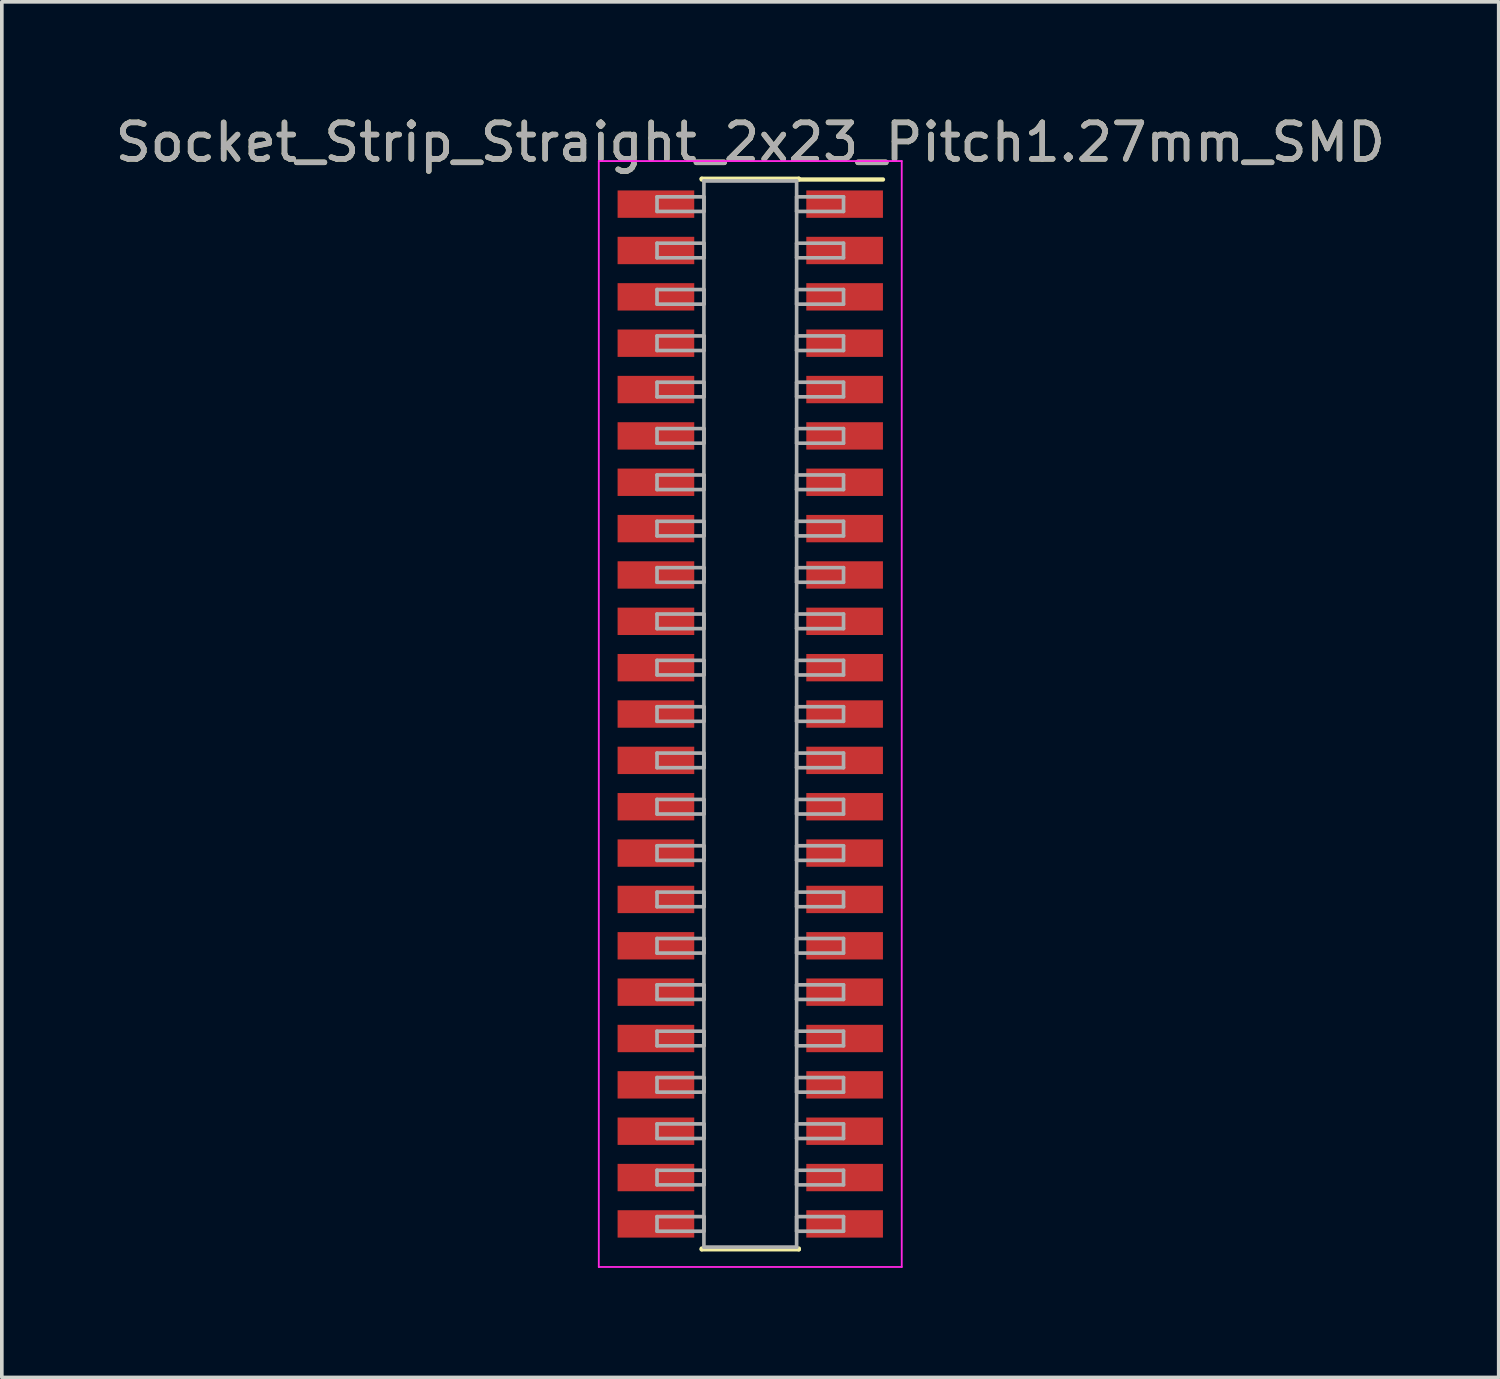
<source format=kicad_pcb>
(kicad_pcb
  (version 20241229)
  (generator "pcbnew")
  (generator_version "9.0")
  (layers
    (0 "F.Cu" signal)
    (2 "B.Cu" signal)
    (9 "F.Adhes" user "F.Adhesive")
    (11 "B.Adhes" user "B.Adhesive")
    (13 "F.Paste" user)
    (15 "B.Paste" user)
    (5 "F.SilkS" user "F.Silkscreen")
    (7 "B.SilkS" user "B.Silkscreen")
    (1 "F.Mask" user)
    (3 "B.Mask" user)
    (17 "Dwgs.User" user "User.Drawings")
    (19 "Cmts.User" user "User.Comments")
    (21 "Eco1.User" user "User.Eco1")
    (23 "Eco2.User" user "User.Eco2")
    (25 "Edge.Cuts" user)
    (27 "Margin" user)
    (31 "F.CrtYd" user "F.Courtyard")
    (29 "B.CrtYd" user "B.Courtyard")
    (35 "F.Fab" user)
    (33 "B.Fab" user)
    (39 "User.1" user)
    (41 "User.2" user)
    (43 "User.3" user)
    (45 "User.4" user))
  (footprint "Socket_Strip_Straight_2x23_Pitch1.27mm_SMD"
    (layer "F.Cu")
    (at 17.506 16.513)
    (property "Reference" "Socket_Strip_Straight_2x23_Pitch1.27mm_SMD" (at 0 -15.665 0) (layer "F.SilkS") (effects (font (size 1 1) (thickness 0.15))))
    (attr smd)
    (fp_line (start -1.33 -14.665) (end 1.33 -14.665) (stroke (width 0.12) (type solid)) (layer "F.SilkS"))
    (fp_line (start -1.33 -14.645) (end -1.33 -14.665) (stroke (width 0.12) (type solid)) (layer "F.SilkS"))
    (fp_line (start -1.33 14.645) (end -1.33 14.665) (stroke (width 0.12) (type solid)) (layer "F.SilkS"))
    (fp_line (start -1.33 14.665) (end 1.33 14.665) (stroke (width 0.12) (type solid)) (layer "F.SilkS"))
    (fp_line (start 1.33 -14.665) (end 1.33 -14.645) (stroke (width 0.12) (type solid)) (layer "F.SilkS"))
    (fp_line (start 1.33 14.665) (end 1.33 14.645) (stroke (width 0.12) (type solid)) (layer "F.SilkS"))
    (fp_line (start 3.635 -14.645) (end 1.33 -14.645) (stroke (width 0.12) (type solid)) (layer "F.SilkS"))
    (fp_line (start -4.15 -15.15) (end -4.15 15.15) (stroke (width 0.05) (type solid)) (layer "F.CrtYd"))
    (fp_line (start -4.15 15.15) (end 4.15 15.15) (stroke (width 0.05) (type solid)) (layer "F.CrtYd"))
    (fp_line (start 4.15 -15.15) (end -4.15 -15.15) (stroke (width 0.05) (type solid)) (layer "F.CrtYd"))
    (fp_line (start 4.15 15.15) (end 4.15 -15.15) (stroke (width 0.05) (type solid)) (layer "F.CrtYd"))
    (fp_line (start -2.555 -14.17) (end -1.27 -14.17) (stroke (width 0.1) (type solid)) (layer "F.Fab"))
    (fp_line (start -2.555 -13.77) (end -2.555 -14.17) (stroke (width 0.1) (type solid)) (layer "F.Fab"))
    (fp_line (start -2.555 -12.9) (end -1.27 -12.9) (stroke (width 0.1) (type solid)) (layer "F.Fab"))
    (fp_line (start -2.555 -12.5) (end -2.555 -12.9) (stroke (width 0.1) (type solid)) (layer "F.Fab"))
    (fp_line (start -2.555 -11.63) (end -1.27 -11.63) (stroke (width 0.1) (type solid)) (layer "F.Fab"))
    (fp_line (start -2.555 -11.23) (end -2.555 -11.63) (stroke (width 0.1) (type solid)) (layer "F.Fab"))
    (fp_line (start -2.555 -10.36) (end -1.27 -10.36) (stroke (width 0.1) (type solid)) (layer "F.Fab"))
    (fp_line (start -2.555 -9.96) (end -2.555 -10.36) (stroke (width 0.1) (type solid)) (layer "F.Fab"))
    (fp_line (start -2.555 -9.09) (end -1.27 -9.09) (stroke (width 0.1) (type solid)) (layer "F.Fab"))
    (fp_line (start -2.555 -8.69) (end -2.555 -9.09) (stroke (width 0.1) (type solid)) (layer "F.Fab"))
    (fp_line (start -2.555 -7.82) (end -1.27 -7.82) (stroke (width 0.1) (type solid)) (layer "F.Fab"))
    (fp_line (start -2.555 -7.42) (end -2.555 -7.82) (stroke (width 0.1) (type solid)) (layer "F.Fab"))
    (fp_line (start -2.555 -6.55) (end -1.27 -6.55) (stroke (width 0.1) (type solid)) (layer "F.Fab"))
    (fp_line (start -2.555 -6.15) (end -2.555 -6.55) (stroke (width 0.1) (type solid)) (layer "F.Fab"))
    (fp_line (start -2.555 -5.28) (end -1.27 -5.28) (stroke (width 0.1) (type solid)) (layer "F.Fab"))
    (fp_line (start -2.555 -4.88) (end -2.555 -5.28) (stroke (width 0.1) (type solid)) (layer "F.Fab"))
    (fp_line (start -2.555 -4.01) (end -1.27 -4.01) (stroke (width 0.1) (type solid)) (layer "F.Fab"))
    (fp_line (start -2.555 -3.61) (end -2.555 -4.01) (stroke (width 0.1) (type solid)) (layer "F.Fab"))
    (fp_line (start -2.555 -2.74) (end -1.27 -2.74) (stroke (width 0.1) (type solid)) (layer "F.Fab"))
    (fp_line (start -2.555 -2.34) (end -2.555 -2.74) (stroke (width 0.1) (type solid)) (layer "F.Fab"))
    (fp_line (start -2.555 -1.47) (end -1.27 -1.47) (stroke (width 0.1) (type solid)) (layer "F.Fab"))
    (fp_line (start -2.555 -1.07) (end -2.555 -1.47) (stroke (width 0.1) (type solid)) (layer "F.Fab"))
    (fp_line (start -2.555 -0.2) (end -1.27 -0.2) (stroke (width 0.1) (type solid)) (layer "F.Fab"))
    (fp_line (start -2.555 0.2) (end -2.555 -0.2) (stroke (width 0.1) (type solid)) (layer "F.Fab"))
    (fp_line (start -2.555 1.07) (end -1.27 1.07) (stroke (width 0.1) (type solid)) (layer "F.Fab"))
    (fp_line (start -2.555 1.47) (end -2.555 1.07) (stroke (width 0.1) (type solid)) (layer "F.Fab"))
    (fp_line (start -2.555 2.34) (end -1.27 2.34) (stroke (width 0.1) (type solid)) (layer "F.Fab"))
    (fp_line (start -2.555 2.74) (end -2.555 2.34) (stroke (width 0.1) (type solid)) (layer "F.Fab"))
    (fp_line (start -2.555 3.61) (end -1.27 3.61) (stroke (width 0.1) (type solid)) (layer "F.Fab"))
    (fp_line (start -2.555 4.01) (end -2.555 3.61) (stroke (width 0.1) (type solid)) (layer "F.Fab"))
    (fp_line (start -2.555 4.88) (end -1.27 4.88) (stroke (width 0.1) (type solid)) (layer "F.Fab"))
    (fp_line (start -2.555 5.28) (end -2.555 4.88) (stroke (width 0.1) (type solid)) (layer "F.Fab"))
    (fp_line (start -2.555 6.15) (end -1.27 6.15) (stroke (width 0.1) (type solid)) (layer "F.Fab"))
    (fp_line (start -2.555 6.55) (end -2.555 6.15) (stroke (width 0.1) (type solid)) (layer "F.Fab"))
    (fp_line (start -2.555 7.42) (end -1.27 7.42) (stroke (width 0.1) (type solid)) (layer "F.Fab"))
    (fp_line (start -2.555 7.82) (end -2.555 7.42) (stroke (width 0.1) (type solid)) (layer "F.Fab"))
    (fp_line (start -2.555 8.69) (end -1.27 8.69) (stroke (width 0.1) (type solid)) (layer "F.Fab"))
    (fp_line (start -2.555 9.09) (end -2.555 8.69) (stroke (width 0.1) (type solid)) (layer "F.Fab"))
    (fp_line (start -2.555 9.96) (end -1.27 9.96) (stroke (width 0.1) (type solid)) (layer "F.Fab"))
    (fp_line (start -2.555 10.36) (end -2.555 9.96) (stroke (width 0.1) (type solid)) (layer "F.Fab"))
    (fp_line (start -2.555 11.23) (end -1.27 11.23) (stroke (width 0.1) (type solid)) (layer "F.Fab"))
    (fp_line (start -2.555 11.63) (end -2.555 11.23) (stroke (width 0.1) (type solid)) (layer "F.Fab"))
    (fp_line (start -2.555 12.5) (end -1.27 12.5) (stroke (width 0.1) (type solid)) (layer "F.Fab"))
    (fp_line (start -2.555 12.9) (end -2.555 12.5) (stroke (width 0.1) (type solid)) (layer "F.Fab"))
    (fp_line (start -2.555 13.77) (end -1.27 13.77) (stroke (width 0.1) (type solid)) (layer "F.Fab"))
    (fp_line (start -2.555 14.17) (end -2.555 13.77) (stroke (width 0.1) (type solid)) (layer "F.Fab"))
    (fp_line (start -1.27 -14.605) (end -1.27 14.605) (stroke (width 0.1) (type solid)) (layer "F.Fab"))
    (fp_line (start -1.27 -14.17) (end -1.27 -13.77) (stroke (width 0.1) (type solid)) (layer "F.Fab"))
    (fp_line (start -1.27 -13.77) (end -2.555 -13.77) (stroke (width 0.1) (type solid)) (layer "F.Fab"))
    (fp_line (start -1.27 -12.9) (end -1.27 -12.5) (stroke (width 0.1) (type solid)) (layer "F.Fab"))
    (fp_line (start -1.27 -12.5) (end -2.555 -12.5) (stroke (width 0.1) (type solid)) (layer "F.Fab"))
    (fp_line (start -1.27 -11.63) (end -1.27 -11.23) (stroke (width 0.1) (type solid)) (layer "F.Fab"))
    (fp_line (start -1.27 -11.23) (end -2.555 -11.23) (stroke (width 0.1) (type solid)) (layer "F.Fab"))
    (fp_line (start -1.27 -10.36) (end -1.27 -9.96) (stroke (width 0.1) (type solid)) (layer "F.Fab"))
    (fp_line (start -1.27 -9.96) (end -2.555 -9.96) (stroke (width 0.1) (type solid)) (layer "F.Fab"))
    (fp_line (start -1.27 -9.09) (end -1.27 -8.69) (stroke (width 0.1) (type solid)) (layer "F.Fab"))
    (fp_line (start -1.27 -8.69) (end -2.555 -8.69) (stroke (width 0.1) (type solid)) (layer "F.Fab"))
    (fp_line (start -1.27 -7.82) (end -1.27 -7.42) (stroke (width 0.1) (type solid)) (layer "F.Fab"))
    (fp_line (start -1.27 -7.42) (end -2.555 -7.42) (stroke (width 0.1) (type solid)) (layer "F.Fab"))
    (fp_line (start -1.27 -6.55) (end -1.27 -6.15) (stroke (width 0.1) (type solid)) (layer "F.Fab"))
    (fp_line (start -1.27 -6.15) (end -2.555 -6.15) (stroke (width 0.1) (type solid)) (layer "F.Fab"))
    (fp_line (start -1.27 -5.28) (end -1.27 -4.88) (stroke (width 0.1) (type solid)) (layer "F.Fab"))
    (fp_line (start -1.27 -4.88) (end -2.555 -4.88) (stroke (width 0.1) (type solid)) (layer "F.Fab"))
    (fp_line (start -1.27 -4.01) (end -1.27 -3.61) (stroke (width 0.1) (type solid)) (layer "F.Fab"))
    (fp_line (start -1.27 -3.61) (end -2.555 -3.61) (stroke (width 0.1) (type solid)) (layer "F.Fab"))
    (fp_line (start -1.27 -2.74) (end -1.27 -2.34) (stroke (width 0.1) (type solid)) (layer "F.Fab"))
    (fp_line (start -1.27 -2.34) (end -2.555 -2.34) (stroke (width 0.1) (type solid)) (layer "F.Fab"))
    (fp_line (start -1.27 -1.47) (end -1.27 -1.07) (stroke (width 0.1) (type solid)) (layer "F.Fab"))
    (fp_line (start -1.27 -1.07) (end -2.555 -1.07) (stroke (width 0.1) (type solid)) (layer "F.Fab"))
    (fp_line (start -1.27 -0.2) (end -1.27 0.2) (stroke (width 0.1) (type solid)) (layer "F.Fab"))
    (fp_line (start -1.27 0.2) (end -2.555 0.2) (stroke (width 0.1) (type solid)) (layer "F.Fab"))
    (fp_line (start -1.27 1.07) (end -1.27 1.47) (stroke (width 0.1) (type solid)) (layer "F.Fab"))
    (fp_line (start -1.27 1.47) (end -2.555 1.47) (stroke (width 0.1) (type solid)) (layer "F.Fab"))
    (fp_line (start -1.27 2.34) (end -1.27 2.74) (stroke (width 0.1) (type solid)) (layer "F.Fab"))
    (fp_line (start -1.27 2.74) (end -2.555 2.74) (stroke (width 0.1) (type solid)) (layer "F.Fab"))
    (fp_line (start -1.27 3.61) (end -1.27 4.01) (stroke (width 0.1) (type solid)) (layer "F.Fab"))
    (fp_line (start -1.27 4.01) (end -2.555 4.01) (stroke (width 0.1) (type solid)) (layer "F.Fab"))
    (fp_line (start -1.27 4.88) (end -1.27 5.28) (stroke (width 0.1) (type solid)) (layer "F.Fab"))
    (fp_line (start -1.27 5.28) (end -2.555 5.28) (stroke (width 0.1) (type solid)) (layer "F.Fab"))
    (fp_line (start -1.27 6.15) (end -1.27 6.55) (stroke (width 0.1) (type solid)) (layer "F.Fab"))
    (fp_line (start -1.27 6.55) (end -2.555 6.55) (stroke (width 0.1) (type solid)) (layer "F.Fab"))
    (fp_line (start -1.27 7.42) (end -1.27 7.82) (stroke (width 0.1) (type solid)) (layer "F.Fab"))
    (fp_line (start -1.27 7.82) (end -2.555 7.82) (stroke (width 0.1) (type solid)) (layer "F.Fab"))
    (fp_line (start -1.27 8.69) (end -1.27 9.09) (stroke (width 0.1) (type solid)) (layer "F.Fab"))
    (fp_line (start -1.27 9.09) (end -2.555 9.09) (stroke (width 0.1) (type solid)) (layer "F.Fab"))
    (fp_line (start -1.27 9.96) (end -1.27 10.36) (stroke (width 0.1) (type solid)) (layer "F.Fab"))
    (fp_line (start -1.27 10.36) (end -2.555 10.36) (stroke (width 0.1) (type solid)) (layer "F.Fab"))
    (fp_line (start -1.27 11.23) (end -1.27 11.63) (stroke (width 0.1) (type solid)) (layer "F.Fab"))
    (fp_line (start -1.27 11.63) (end -2.555 11.63) (stroke (width 0.1) (type solid)) (layer "F.Fab"))
    (fp_line (start -1.27 12.5) (end -1.27 12.9) (stroke (width 0.1) (type solid)) (layer "F.Fab"))
    (fp_line (start -1.27 12.9) (end -2.555 12.9) (stroke (width 0.1) (type solid)) (layer "F.Fab"))
    (fp_line (start -1.27 13.77) (end -1.27 14.17) (stroke (width 0.1) (type solid)) (layer "F.Fab"))
    (fp_line (start -1.27 14.17) (end -2.555 14.17) (stroke (width 0.1) (type solid)) (layer "F.Fab"))
    (fp_line (start -1.27 14.605) (end 1.27 14.605) (stroke (width 0.1) (type solid)) (layer "F.Fab"))
    (fp_line (start 1.27 -14.605) (end -1.27 -14.605) (stroke (width 0.1) (type solid)) (layer "F.Fab"))
    (fp_line (start 1.27 -14.17) (end 1.27 -13.77) (stroke (width 0.1) (type solid)) (layer "F.Fab"))
    (fp_line (start 1.27 -13.77) (end 2.555 -13.77) (stroke (width 0.1) (type solid)) (layer "F.Fab"))
    (fp_line (start 1.27 -12.9) (end 1.27 -12.5) (stroke (width 0.1) (type solid)) (layer "F.Fab"))
    (fp_line (start 1.27 -12.5) (end 2.555 -12.5) (stroke (width 0.1) (type solid)) (layer "F.Fab"))
    (fp_line (start 1.27 -11.63) (end 1.27 -11.23) (stroke (width 0.1) (type solid)) (layer "F.Fab"))
    (fp_line (start 1.27 -11.23) (end 2.555 -11.23) (stroke (width 0.1) (type solid)) (layer "F.Fab"))
    (fp_line (start 1.27 -10.36) (end 1.27 -9.96) (stroke (width 0.1) (type solid)) (layer "F.Fab"))
    (fp_line (start 1.27 -9.96) (end 2.555 -9.96) (stroke (width 0.1) (type solid)) (layer "F.Fab"))
    (fp_line (start 1.27 -9.09) (end 1.27 -8.69) (stroke (width 0.1) (type solid)) (layer "F.Fab"))
    (fp_line (start 1.27 -8.69) (end 2.555 -8.69) (stroke (width 0.1) (type solid)) (layer "F.Fab"))
    (fp_line (start 1.27 -7.82) (end 1.27 -7.42) (stroke (width 0.1) (type solid)) (layer "F.Fab"))
    (fp_line (start 1.27 -7.42) (end 2.555 -7.42) (stroke (width 0.1) (type solid)) (layer "F.Fab"))
    (fp_line (start 1.27 -6.55) (end 1.27 -6.15) (stroke (width 0.1) (type solid)) (layer "F.Fab"))
    (fp_line (start 1.27 -6.15) (end 2.555 -6.15) (stroke (width 0.1) (type solid)) (layer "F.Fab"))
    (fp_line (start 1.27 -5.28) (end 1.27 -4.88) (stroke (width 0.1) (type solid)) (layer "F.Fab"))
    (fp_line (start 1.27 -4.88) (end 2.555 -4.88) (stroke (width 0.1) (type solid)) (layer "F.Fab"))
    (fp_line (start 1.27 -4.01) (end 1.27 -3.61) (stroke (width 0.1) (type solid)) (layer "F.Fab"))
    (fp_line (start 1.27 -3.61) (end 2.555 -3.61) (stroke (width 0.1) (type solid)) (layer "F.Fab"))
    (fp_line (start 1.27 -2.74) (end 1.27 -2.34) (stroke (width 0.1) (type solid)) (layer "F.Fab"))
    (fp_line (start 1.27 -2.34) (end 2.555 -2.34) (stroke (width 0.1) (type solid)) (layer "F.Fab"))
    (fp_line (start 1.27 -1.47) (end 1.27 -1.07) (stroke (width 0.1) (type solid)) (layer "F.Fab"))
    (fp_line (start 1.27 -1.07) (end 2.555 -1.07) (stroke (width 0.1) (type solid)) (layer "F.Fab"))
    (fp_line (start 1.27 -0.2) (end 1.27 0.2) (stroke (width 0.1) (type solid)) (layer "F.Fab"))
    (fp_line (start 1.27 0.2) (end 2.555 0.2) (stroke (width 0.1) (type solid)) (layer "F.Fab"))
    (fp_line (start 1.27 1.07) (end 1.27 1.47) (stroke (width 0.1) (type solid)) (layer "F.Fab"))
    (fp_line (start 1.27 1.47) (end 2.555 1.47) (stroke (width 0.1) (type solid)) (layer "F.Fab"))
    (fp_line (start 1.27 2.34) (end 1.27 2.74) (stroke (width 0.1) (type solid)) (layer "F.Fab"))
    (fp_line (start 1.27 2.74) (end 2.555 2.74) (stroke (width 0.1) (type solid)) (layer "F.Fab"))
    (fp_line (start 1.27 3.61) (end 1.27 4.01) (stroke (width 0.1) (type solid)) (layer "F.Fab"))
    (fp_line (start 1.27 4.01) (end 2.555 4.01) (stroke (width 0.1) (type solid)) (layer "F.Fab"))
    (fp_line (start 1.27 4.88) (end 1.27 5.28) (stroke (width 0.1) (type solid)) (layer "F.Fab"))
    (fp_line (start 1.27 5.28) (end 2.555 5.28) (stroke (width 0.1) (type solid)) (layer "F.Fab"))
    (fp_line (start 1.27 6.15) (end 1.27 6.55) (stroke (width 0.1) (type solid)) (layer "F.Fab"))
    (fp_line (start 1.27 6.55) (end 2.555 6.55) (stroke (width 0.1) (type solid)) (layer "F.Fab"))
    (fp_line (start 1.27 7.42) (end 1.27 7.82) (stroke (width 0.1) (type solid)) (layer "F.Fab"))
    (fp_line (start 1.27 7.82) (end 2.555 7.82) (stroke (width 0.1) (type solid)) (layer "F.Fab"))
    (fp_line (start 1.27 8.69) (end 1.27 9.09) (stroke (width 0.1) (type solid)) (layer "F.Fab"))
    (fp_line (start 1.27 9.09) (end 2.555 9.09) (stroke (width 0.1) (type solid)) (layer "F.Fab"))
    (fp_line (start 1.27 9.96) (end 1.27 10.36) (stroke (width 0.1) (type solid)) (layer "F.Fab"))
    (fp_line (start 1.27 10.36) (end 2.555 10.36) (stroke (width 0.1) (type solid)) (layer "F.Fab"))
    (fp_line (start 1.27 11.23) (end 1.27 11.63) (stroke (width 0.1) (type solid)) (layer "F.Fab"))
    (fp_line (start 1.27 11.63) (end 2.555 11.63) (stroke (width 0.1) (type solid)) (layer "F.Fab"))
    (fp_line (start 1.27 12.5) (end 1.27 12.9) (stroke (width 0.1) (type solid)) (layer "F.Fab"))
    (fp_line (start 1.27 12.9) (end 2.555 12.9) (stroke (width 0.1) (type solid)) (layer "F.Fab"))
    (fp_line (start 1.27 13.77) (end 1.27 14.17) (stroke (width 0.1) (type solid)) (layer "F.Fab"))
    (fp_line (start 1.27 14.17) (end 2.555 14.17) (stroke (width 0.1) (type solid)) (layer "F.Fab"))
    (fp_line (start 1.27 14.605) (end 1.27 -14.605) (stroke (width 0.1) (type solid)) (layer "F.Fab"))
    (fp_line (start 2.555 -14.17) (end 1.27 -14.17) (stroke (width 0.1) (type solid)) (layer "F.Fab"))
    (fp_line (start 2.555 -13.77) (end 2.555 -14.17) (stroke (width 0.1) (type solid)) (layer "F.Fab"))
    (fp_line (start 2.555 -12.9) (end 1.27 -12.9) (stroke (width 0.1) (type solid)) (layer "F.Fab"))
    (fp_line (start 2.555 -12.5) (end 2.555 -12.9) (stroke (width 0.1) (type solid)) (layer "F.Fab"))
    (fp_line (start 2.555 -11.63) (end 1.27 -11.63) (stroke (width 0.1) (type solid)) (layer "F.Fab"))
    (fp_line (start 2.555 -11.23) (end 2.555 -11.63) (stroke (width 0.1) (type solid)) (layer "F.Fab"))
    (fp_line (start 2.555 -10.36) (end 1.27 -10.36) (stroke (width 0.1) (type solid)) (layer "F.Fab"))
    (fp_line (start 2.555 -9.96) (end 2.555 -10.36) (stroke (width 0.1) (type solid)) (layer "F.Fab"))
    (fp_line (start 2.555 -9.09) (end 1.27 -9.09) (stroke (width 0.1) (type solid)) (layer "F.Fab"))
    (fp_line (start 2.555 -8.69) (end 2.555 -9.09) (stroke (width 0.1) (type solid)) (layer "F.Fab"))
    (fp_line (start 2.555 -7.82) (end 1.27 -7.82) (stroke (width 0.1) (type solid)) (layer "F.Fab"))
    (fp_line (start 2.555 -7.42) (end 2.555 -7.82) (stroke (width 0.1) (type solid)) (layer "F.Fab"))
    (fp_line (start 2.555 -6.55) (end 1.27 -6.55) (stroke (width 0.1) (type solid)) (layer "F.Fab"))
    (fp_line (start 2.555 -6.15) (end 2.555 -6.55) (stroke (width 0.1) (type solid)) (layer "F.Fab"))
    (fp_line (start 2.555 -5.28) (end 1.27 -5.28) (stroke (width 0.1) (type solid)) (layer "F.Fab"))
    (fp_line (start 2.555 -4.88) (end 2.555 -5.28) (stroke (width 0.1) (type solid)) (layer "F.Fab"))
    (fp_line (start 2.555 -4.01) (end 1.27 -4.01) (stroke (width 0.1) (type solid)) (layer "F.Fab"))
    (fp_line (start 2.555 -3.61) (end 2.555 -4.01) (stroke (width 0.1) (type solid)) (layer "F.Fab"))
    (fp_line (start 2.555 -2.74) (end 1.27 -2.74) (stroke (width 0.1) (type solid)) (layer "F.Fab"))
    (fp_line (start 2.555 -2.34) (end 2.555 -2.74) (stroke (width 0.1) (type solid)) (layer "F.Fab"))
    (fp_line (start 2.555 -1.47) (end 1.27 -1.47) (stroke (width 0.1) (type solid)) (layer "F.Fab"))
    (fp_line (start 2.555 -1.07) (end 2.555 -1.47) (stroke (width 0.1) (type solid)) (layer "F.Fab"))
    (fp_line (start 2.555 -0.2) (end 1.27 -0.2) (stroke (width 0.1) (type solid)) (layer "F.Fab"))
    (fp_line (start 2.555 0.2) (end 2.555 -0.2) (stroke (width 0.1) (type solid)) (layer "F.Fab"))
    (fp_line (start 2.555 1.07) (end 1.27 1.07) (stroke (width 0.1) (type solid)) (layer "F.Fab"))
    (fp_line (start 2.555 1.47) (end 2.555 1.07) (stroke (width 0.1) (type solid)) (layer "F.Fab"))
    (fp_line (start 2.555 2.34) (end 1.27 2.34) (stroke (width 0.1) (type solid)) (layer "F.Fab"))
    (fp_line (start 2.555 2.74) (end 2.555 2.34) (stroke (width 0.1) (type solid)) (layer "F.Fab"))
    (fp_line (start 2.555 3.61) (end 1.27 3.61) (stroke (width 0.1) (type solid)) (layer "F.Fab"))
    (fp_line (start 2.555 4.01) (end 2.555 3.61) (stroke (width 0.1) (type solid)) (layer "F.Fab"))
    (fp_line (start 2.555 4.88) (end 1.27 4.88) (stroke (width 0.1) (type solid)) (layer "F.Fab"))
    (fp_line (start 2.555 5.28) (end 2.555 4.88) (stroke (width 0.1) (type solid)) (layer "F.Fab"))
    (fp_line (start 2.555 6.15) (end 1.27 6.15) (stroke (width 0.1) (type solid)) (layer "F.Fab"))
    (fp_line (start 2.555 6.55) (end 2.555 6.15) (stroke (width 0.1) (type solid)) (layer "F.Fab"))
    (fp_line (start 2.555 7.42) (end 1.27 7.42) (stroke (width 0.1) (type solid)) (layer "F.Fab"))
    (fp_line (start 2.555 7.82) (end 2.555 7.42) (stroke (width 0.1) (type solid)) (layer "F.Fab"))
    (fp_line (start 2.555 8.69) (end 1.27 8.69) (stroke (width 0.1) (type solid)) (layer "F.Fab"))
    (fp_line (start 2.555 9.09) (end 2.555 8.69) (stroke (width 0.1) (type solid)) (layer "F.Fab"))
    (fp_line (start 2.555 9.96) (end 1.27 9.96) (stroke (width 0.1) (type solid)) (layer "F.Fab"))
    (fp_line (start 2.555 10.36) (end 2.555 9.96) (stroke (width 0.1) (type solid)) (layer "F.Fab"))
    (fp_line (start 2.555 11.23) (end 1.27 11.23) (stroke (width 0.1) (type solid)) (layer "F.Fab"))
    (fp_line (start 2.555 11.63) (end 2.555 11.23) (stroke (width 0.1) (type solid)) (layer "F.Fab"))
    (fp_line (start 2.555 12.5) (end 1.27 12.5) (stroke (width 0.1) (type solid)) (layer "F.Fab"))
    (fp_line (start 2.555 12.9) (end 2.555 12.5) (stroke (width 0.1) (type solid)) (layer "F.Fab"))
    (fp_line (start 2.555 13.77) (end 1.27 13.77) (stroke (width 0.1) (type solid)) (layer "F.Fab"))
    (fp_line (start 2.555 14.17) (end 2.555 13.77) (stroke (width 0.1) (type solid)) (layer "F.Fab"))
    (fp_text user "${REFERENCE}" (at 0 -15.665 0) (layer "F.Fab") (effects (font (size 1 1) (thickness 0.15))))
    (pad "1" smd rect (at 2.585 -13.97) (size 2.1 0.75) (layers "F.Cu" "F.Mask" "F.Paste"))
    (pad "2" smd rect (at -2.585 -13.97) (size 2.1 0.75) (layers "F.Cu" "F.Mask" "F.Paste"))
    (pad "3" smd rect (at 2.585 -12.7) (size 2.1 0.75) (layers "F.Cu" "F.Mask" "F.Paste"))
    (pad "4" smd rect (at -2.585 -12.7) (size 2.1 0.75) (layers "F.Cu" "F.Mask" "F.Paste"))
    (pad "5" smd rect (at 2.585 -11.43) (size 2.1 0.75) (layers "F.Cu" "F.Mask" "F.Paste"))
    (pad "6" smd rect (at -2.585 -11.43) (size 2.1 0.75) (layers "F.Cu" "F.Mask" "F.Paste"))
    (pad "7" smd rect (at 2.585 -10.16) (size 2.1 0.75) (layers "F.Cu" "F.Mask" "F.Paste"))
    (pad "8" smd rect (at -2.585 -10.16) (size 2.1 0.75) (layers "F.Cu" "F.Mask" "F.Paste"))
    (pad "9" smd rect (at 2.585 -8.89) (size 2.1 0.75) (layers "F.Cu" "F.Mask" "F.Paste"))
    (pad "10" smd rect (at -2.585 -8.89) (size 2.1 0.75) (layers "F.Cu" "F.Mask" "F.Paste"))
    (pad "11" smd rect (at 2.585 -7.62) (size 2.1 0.75) (layers "F.Cu" "F.Mask" "F.Paste"))
    (pad "12" smd rect (at -2.585 -7.62) (size 2.1 0.75) (layers "F.Cu" "F.Mask" "F.Paste"))
    (pad "13" smd rect (at 2.585 -6.35) (size 2.1 0.75) (layers "F.Cu" "F.Mask" "F.Paste"))
    (pad "14" smd rect (at -2.585 -6.35) (size 2.1 0.75) (layers "F.Cu" "F.Mask" "F.Paste"))
    (pad "15" smd rect (at 2.585 -5.08) (size 2.1 0.75) (layers "F.Cu" "F.Mask" "F.Paste"))
    (pad "16" smd rect (at -2.585 -5.08) (size 2.1 0.75) (layers "F.Cu" "F.Mask" "F.Paste"))
    (pad "17" smd rect (at 2.585 -3.81) (size 2.1 0.75) (layers "F.Cu" "F.Mask" "F.Paste"))
    (pad "18" smd rect (at -2.585 -3.81) (size 2.1 0.75) (layers "F.Cu" "F.Mask" "F.Paste"))
    (pad "19" smd rect (at 2.585 -2.54) (size 2.1 0.75) (layers "F.Cu" "F.Mask" "F.Paste"))
    (pad "20" smd rect (at -2.585 -2.54) (size 2.1 0.75) (layers "F.Cu" "F.Mask" "F.Paste"))
    (pad "21" smd rect (at 2.585 -1.27) (size 2.1 0.75) (layers "F.Cu" "F.Mask" "F.Paste"))
    (pad "22" smd rect (at -2.585 -1.27) (size 2.1 0.75) (layers "F.Cu" "F.Mask" "F.Paste"))
    (pad "23" smd rect (at 2.585 0) (size 2.1 0.75) (layers "F.Cu" "F.Mask" "F.Paste"))
    (pad "24" smd rect (at -2.585 0) (size 2.1 0.75) (layers "F.Cu" "F.Mask" "F.Paste"))
    (pad "25" smd rect (at 2.585 1.27) (size 2.1 0.75) (layers "F.Cu" "F.Mask" "F.Paste"))
    (pad "26" smd rect (at -2.585 1.27) (size 2.1 0.75) (layers "F.Cu" "F.Mask" "F.Paste"))
    (pad "27" smd rect (at 2.585 2.54) (size 2.1 0.75) (layers "F.Cu" "F.Mask" "F.Paste"))
    (pad "28" smd rect (at -2.585 2.54) (size 2.1 0.75) (layers "F.Cu" "F.Mask" "F.Paste"))
    (pad "29" smd rect (at 2.585 3.81) (size 2.1 0.75) (layers "F.Cu" "F.Mask" "F.Paste"))
    (pad "30" smd rect (at -2.585 3.81) (size 2.1 0.75) (layers "F.Cu" "F.Mask" "F.Paste"))
    (pad "31" smd rect (at 2.585 5.08) (size 2.1 0.75) (layers "F.Cu" "F.Mask" "F.Paste"))
    (pad "32" smd rect (at -2.585 5.08) (size 2.1 0.75) (layers "F.Cu" "F.Mask" "F.Paste"))
    (pad "33" smd rect (at 2.585 6.35) (size 2.1 0.75) (layers "F.Cu" "F.Mask" "F.Paste"))
    (pad "34" smd rect (at -2.585 6.35) (size 2.1 0.75) (layers "F.Cu" "F.Mask" "F.Paste"))
    (pad "35" smd rect (at 2.585 7.62) (size 2.1 0.75) (layers "F.Cu" "F.Mask" "F.Paste"))
    (pad "36" smd rect (at -2.585 7.62) (size 2.1 0.75) (layers "F.Cu" "F.Mask" "F.Paste"))
    (pad "37" smd rect (at 2.585 8.89) (size 2.1 0.75) (layers "F.Cu" "F.Mask" "F.Paste"))
    (pad "38" smd rect (at -2.585 8.89) (size 2.1 0.75) (layers "F.Cu" "F.Mask" "F.Paste"))
    (pad "39" smd rect (at 2.585 10.16) (size 2.1 0.75) (layers "F.Cu" "F.Mask" "F.Paste"))
    (pad "40" smd rect (at -2.585 10.16) (size 2.1 0.75) (layers "F.Cu" "F.Mask" "F.Paste"))
    (pad "41" smd rect (at 2.585 11.43) (size 2.1 0.75) (layers "F.Cu" "F.Mask" "F.Paste"))
    (pad "42" smd rect (at -2.585 11.43) (size 2.1 0.75) (layers "F.Cu" "F.Mask" "F.Paste"))
    (pad "43" smd rect (at 2.585 12.7) (size 2.1 0.75) (layers "F.Cu" "F.Mask" "F.Paste"))
    (pad "44" smd rect (at -2.585 12.7) (size 2.1 0.75) (layers "F.Cu" "F.Mask" "F.Paste"))
    (pad "45" smd rect (at 2.585 13.97) (size 2.1 0.75) (layers "F.Cu" "F.Mask" "F.Paste"))
    (pad "46" smd rect (at -2.585 13.97) (size 2.1 0.75) (layers "F.Cu" "F.Mask" "F.Paste")))
  (gr_rect
    (start -3 -3)
    (end 38.012 34.688)
    (stroke (width 0.1) (type default))
    (fill no)
    (layer "Edge.Cuts")))
</source>
